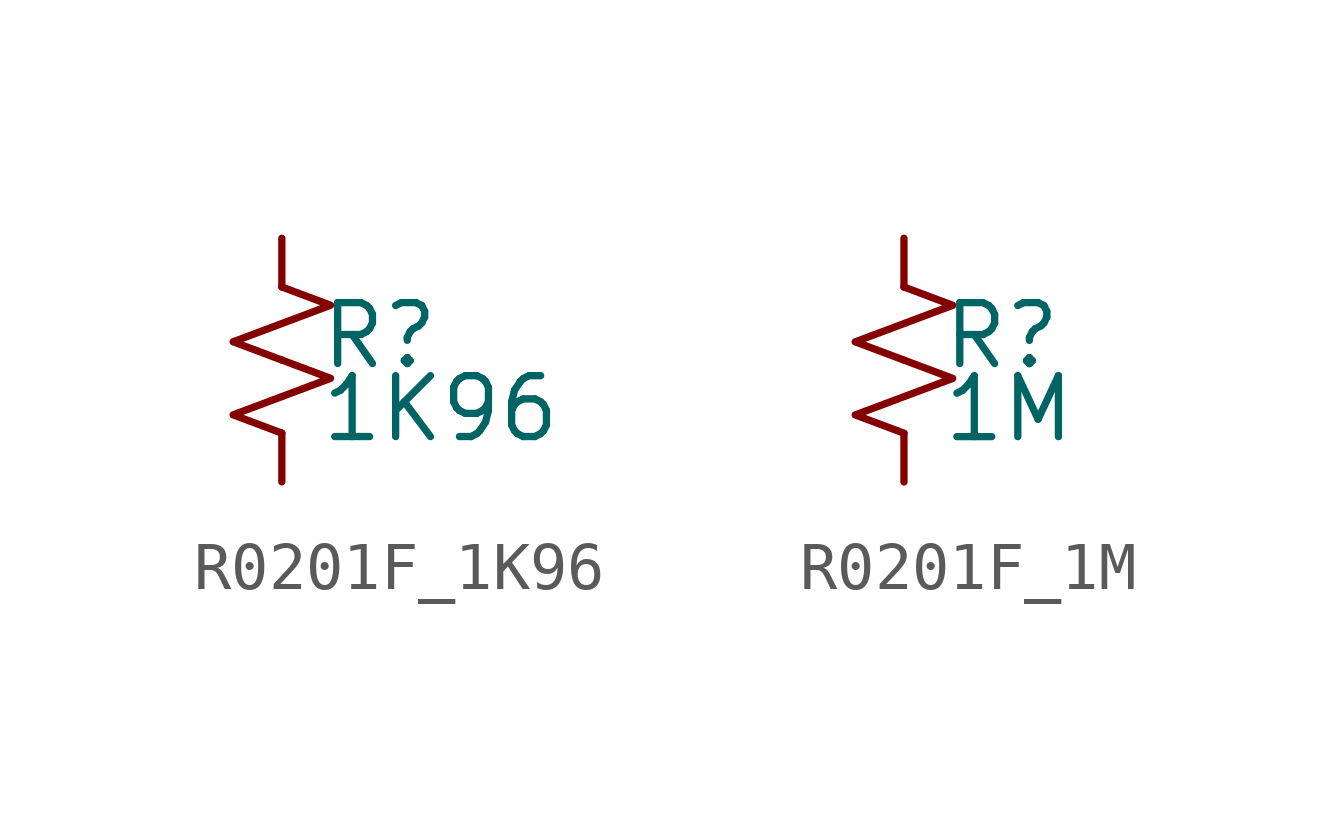
<source format=kicad_sym>
(kicad_symbol_lib
  (version 20220914)
  (generator kicad_symbol_editor)
  (symbol "R0201F_1K96"
    (pin_numbers hide)
    (pin_names
      (offset 0.254) hide)
    (property "Reference" "R"
      (at 0.762 0.508 0)
      (effects (font (size 1.27 1.27)) (justify left)))
    (property "Value" "1K96"
      (at 0.762 -1.016 0)
      (effects (font (size 1.27 1.27)) (justify left)))
    (symbol "R0201F_1K96_1_1"
      (polyline (pts (xy 0 0) (xy 1.016 -0.381) (xy 0 -0.762) (xy -1.016 -1.143) (xy 0 -1.524)) (stroke (width 0) (type default)) (fill (type none)))
      (polyline (pts (xy 0 1.524) (xy 1.016 1.143) (xy 0 0.762) (xy -1.016 0.381) (xy 0 0)) (stroke (width 0) (type default)) (fill (type none)))
      (pin passive line (at 0 2.54 270) (length 1.016) (name "~" (effects (font (size 1.27 1.27)))) (number "1" (effects (font (size 1.27 1.27)))))
      (pin passive line (at 0 -2.54 90) (length 1.016) (name "~" (effects (font (size 1.27 1.27)))) (number "2" (effects (font (size 1.27 1.27)))))))
  (symbol "R0201F_1M"
    (pin_numbers hide)
    (pin_names
      (offset 0.254) hide)
    (property "Reference" "R"
      (at 0.762 0.508 0)
      (effects (font (size 1.27 1.27)) (justify left)))
    (property "Value" "1M"
      (at 0.762 -1.016 0)
      (effects (font (size 1.27 1.27)) (justify left)))
    (symbol "R0201F_1M_1_1"
      (polyline (pts (xy 0 0) (xy 1.016 -0.381) (xy 0 -0.762) (xy -1.016 -1.143) (xy 0 -1.524)) (stroke (width 0) (type default)) (fill (type none)))
      (polyline (pts (xy 0 1.524) (xy 1.016 1.143) (xy 0 0.762) (xy -1.016 0.381) (xy 0 0)) (stroke (width 0) (type default)) (fill (type none)))
      (pin passive line (at 0 2.54 270) (length 1.016) (name "~" (effects (font (size 1.27 1.27)))) (number "1" (effects (font (size 1.27 1.27)))))
      (pin passive line (at 0 -2.54 90) (length 1.016) (name "~" (effects (font (size 1.27 1.27)))) (number "2" (effects (font (size 1.27 1.27))))))))
</source>
